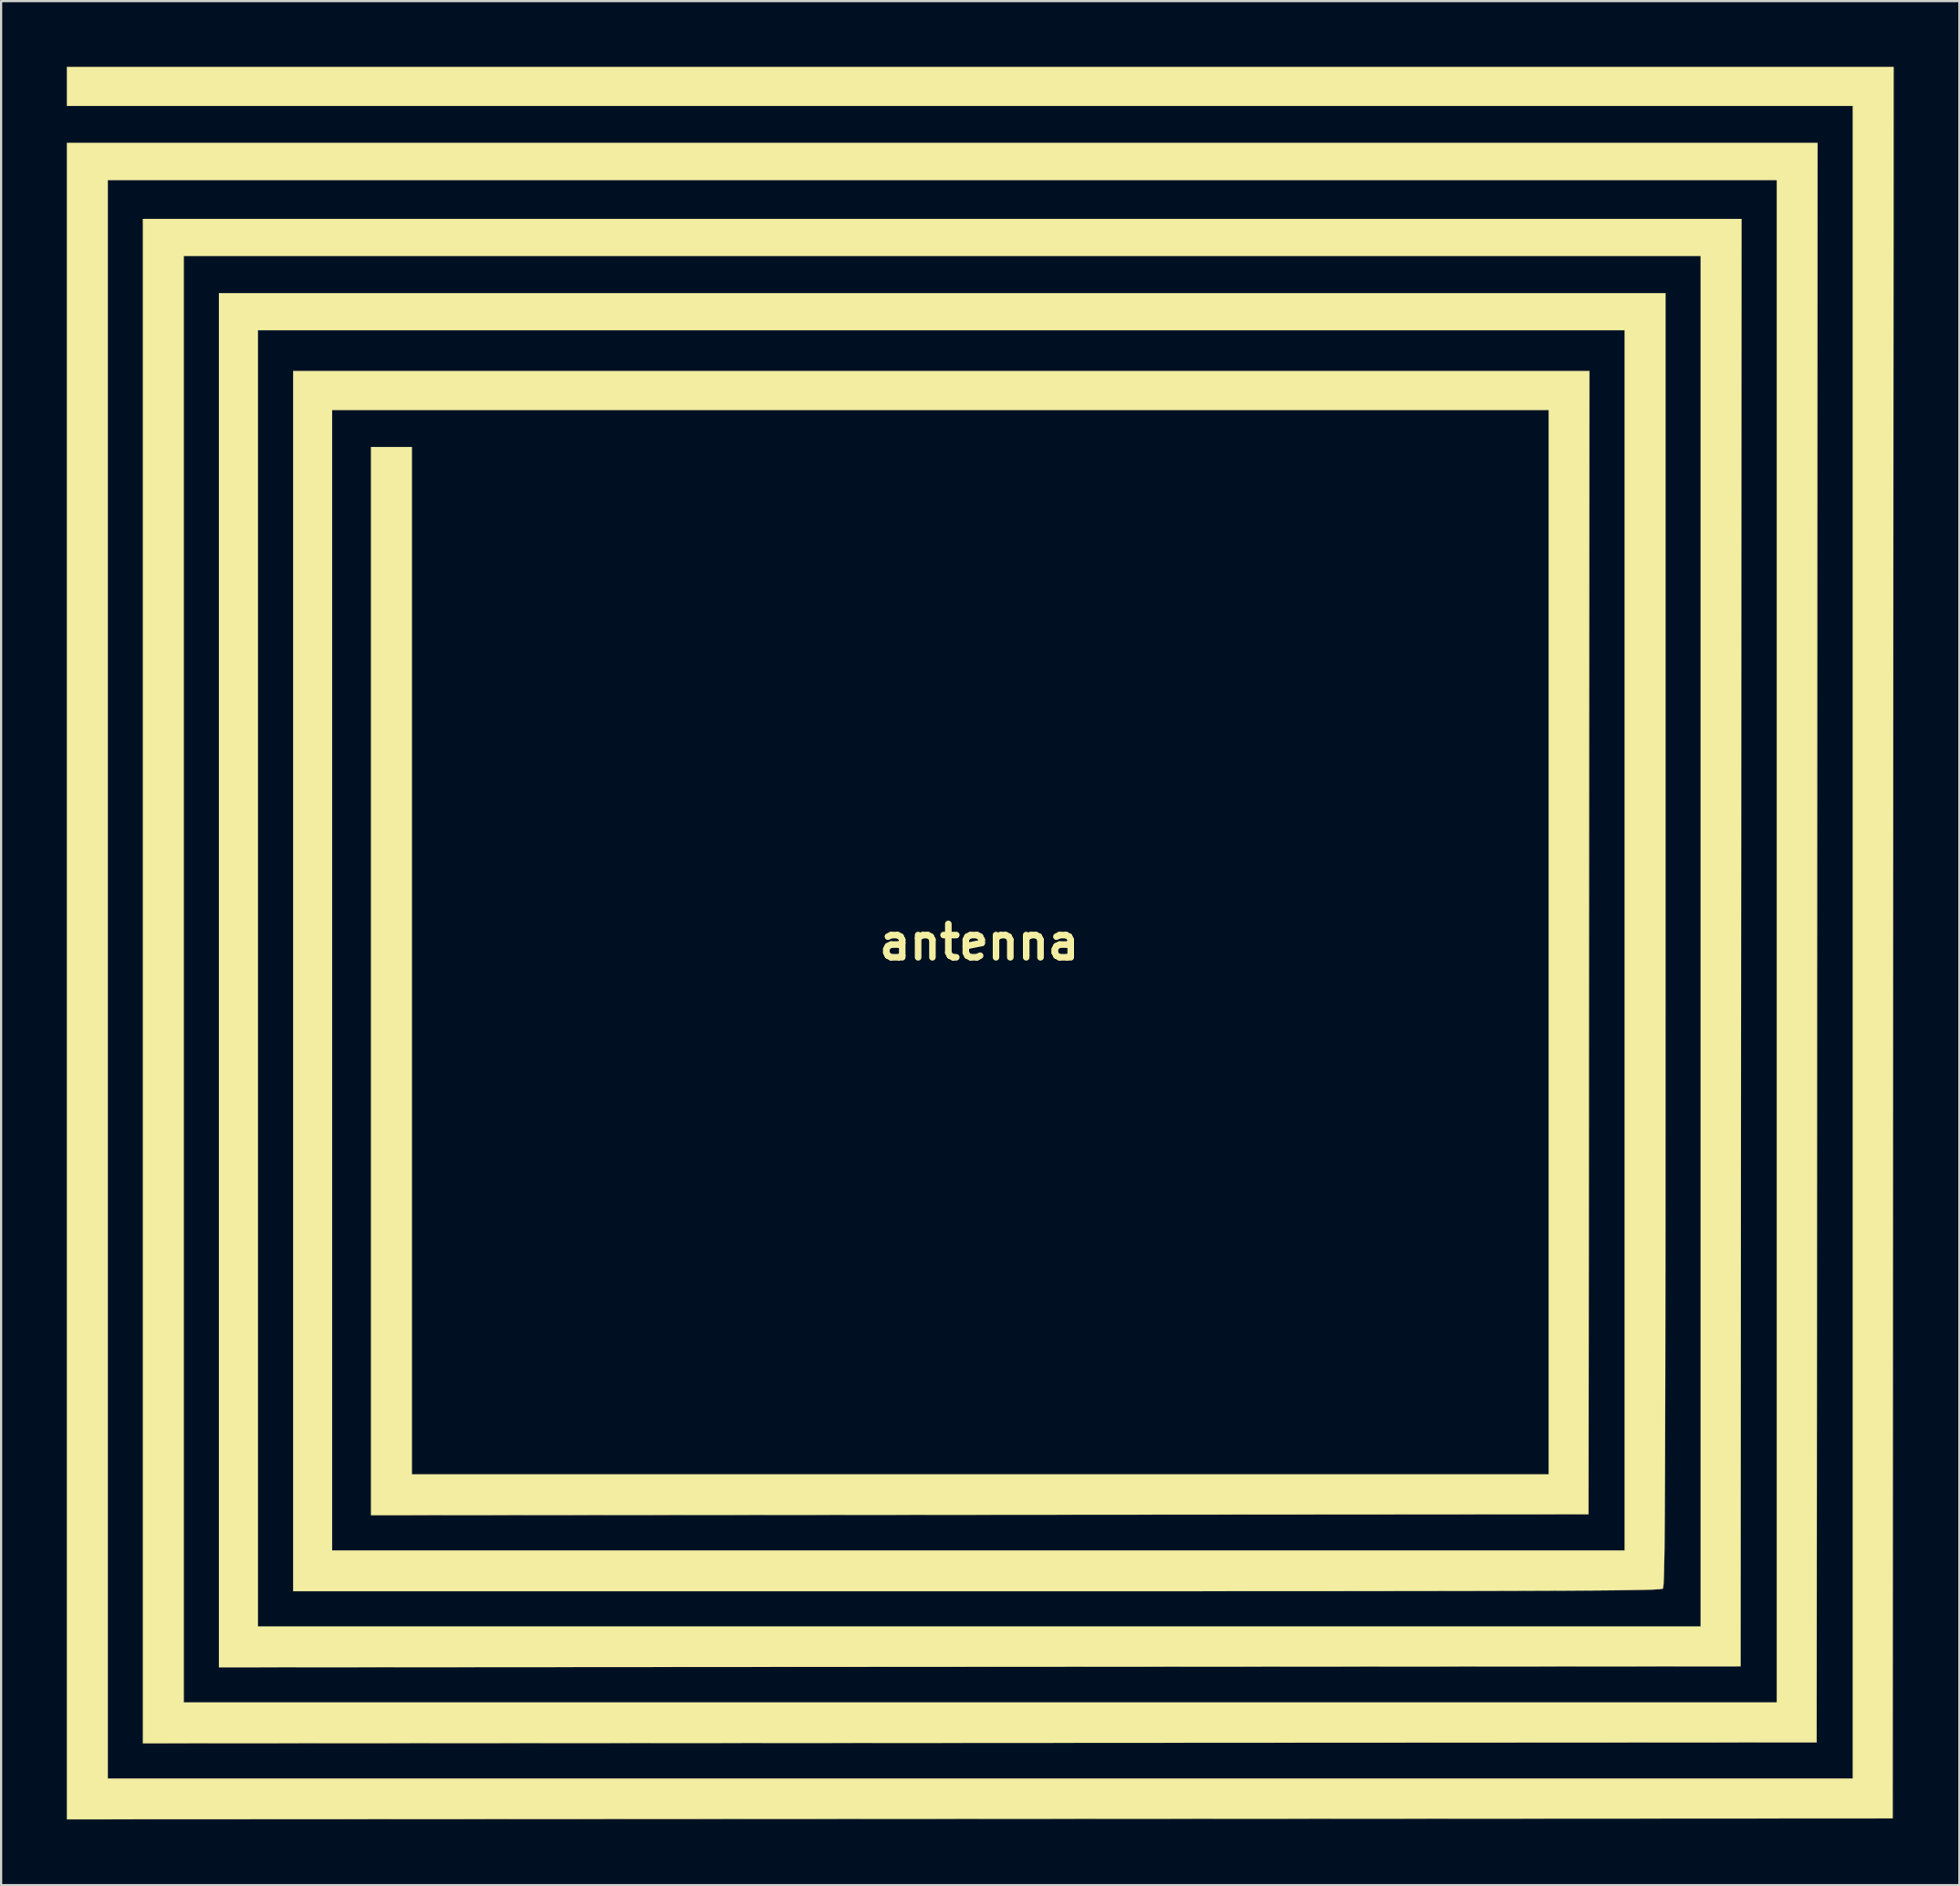
<source format=kicad_pcb>
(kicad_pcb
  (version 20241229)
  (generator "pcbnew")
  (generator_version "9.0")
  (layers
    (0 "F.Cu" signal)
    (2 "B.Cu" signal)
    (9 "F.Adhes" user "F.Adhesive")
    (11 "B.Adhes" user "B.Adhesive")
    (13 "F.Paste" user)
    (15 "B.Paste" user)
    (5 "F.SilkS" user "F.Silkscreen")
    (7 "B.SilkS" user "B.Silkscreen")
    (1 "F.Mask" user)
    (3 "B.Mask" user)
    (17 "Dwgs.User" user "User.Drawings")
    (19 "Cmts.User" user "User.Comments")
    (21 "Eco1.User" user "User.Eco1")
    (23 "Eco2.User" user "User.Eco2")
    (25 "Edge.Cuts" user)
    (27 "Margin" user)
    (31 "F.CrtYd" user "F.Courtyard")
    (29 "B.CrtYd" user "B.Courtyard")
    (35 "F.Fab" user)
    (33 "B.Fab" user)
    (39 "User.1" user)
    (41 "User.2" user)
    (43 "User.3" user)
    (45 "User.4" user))
  (footprint "antenna"
    (layer "F.Cu")
    (at 41.661 39.968)
    (property "Reference" "antenna" (at 0 0 0) (layer "F.SilkS") (effects (font (size 1.524 1.524) (thickness 0.3))))
    (attr through_hole)
    (fp_poly (pts (xy 41.72 0.021) (xy 41.698 40.005) (xy -41.656 40.048) (xy -41.656 -36.491) (xy -1.693 -36.491) (xy 38.27 -36.491) (xy 38.248 0.021) (xy 38.227 36.534) (xy 0.021 36.555) (xy -38.185 36.576) (xy -38.185 -33.02) (xy 34.798 -33.02) (xy 34.777 0.021) (xy 34.756 33.062) (xy -34.713 33.105) (xy -34.713 -29.633) (xy 31.327 -29.633) (xy 31.327 -0.121) (xy 31.327 2.569) (xy 31.326 5.096) (xy 31.326 7.462) (xy 31.325 9.675) (xy 31.325 11.738) (xy 31.324 13.657) (xy 31.322 15.437) (xy 31.321 17.082) (xy 31.319 18.598) (xy 31.317 19.99) (xy 31.314 21.263) (xy 31.311 22.421) (xy 31.308 23.471) (xy 31.304 24.416) (xy 31.3 25.262) (xy 31.296 26.013) (xy 31.291 26.676) (xy 31.286 27.255) (xy 31.28 27.754) (xy 31.273 28.179) (xy 31.266 28.535) (xy 31.259 28.827) (xy 31.25 29.06) (xy 31.242 29.239) (xy 31.232 29.369) (xy 31.222 29.455) (xy 31.212 29.502) (xy 31.206 29.512) (xy 31.178 29.523) (xy 31.114 29.533) (xy 31.01 29.543) (xy 30.859 29.552) (xy 30.658 29.56) (xy 30.4 29.568) (xy 30.083 29.575) (xy 29.7 29.581) (xy 29.246 29.588) (xy 28.718 29.593) (xy 28.109 29.598) (xy 27.416 29.603) (xy 26.632 29.608) (xy 25.754 29.611) (xy 24.777 29.615) (xy 23.695 29.618) (xy 22.504 29.621) (xy 21.199 29.623) (xy 19.774 29.625) (xy 18.226 29.627) (xy 16.549 29.629) (xy 14.739 29.63) (xy 12.789 29.631) (xy 10.697 29.632) (xy 8.456 29.633) (xy 6.062 29.633) (xy 3.51 29.633) (xy 0.795 29.633) (xy -0.121 29.633) (xy -31.327 29.633) (xy -31.327 -26.077) (xy 27.856 -26.077) (xy 27.834 0.021) (xy 27.813 26.12) (xy -27.771 26.162) (xy -27.771 -22.606) (xy -25.908 -22.606) (xy -25.908 24.299) (xy 25.993 24.299) (xy 25.993 -24.299) (xy -29.549 -24.299) (xy -29.549 27.771) (xy 29.464 27.771) (xy 29.464 -27.94) (xy -32.935 -27.94) (xy -32.935 31.242) (xy 32.935 31.242) (xy 32.935 -31.327) (xy -36.322 -31.327) (xy -36.322 34.713) (xy 36.407 34.713) (xy 36.407 -34.798) (xy -39.793 -34.798) (xy -39.793 38.185) (xy 39.878 38.185) (xy 39.878 -38.185) (xy -41.656 -38.185) (xy -41.656 -39.963) (xy 41.741 -39.963) (xy 41.72 0.021)) (stroke (width 0.01) (type solid)) (fill yes) (layer "F.SilkS")))
  (gr_rect
    (start -3 -3)
    (end 86.407 83.02)
    (stroke (width 0.1) (type default))
    (fill no)
    (layer "Edge.Cuts")))
</source>
